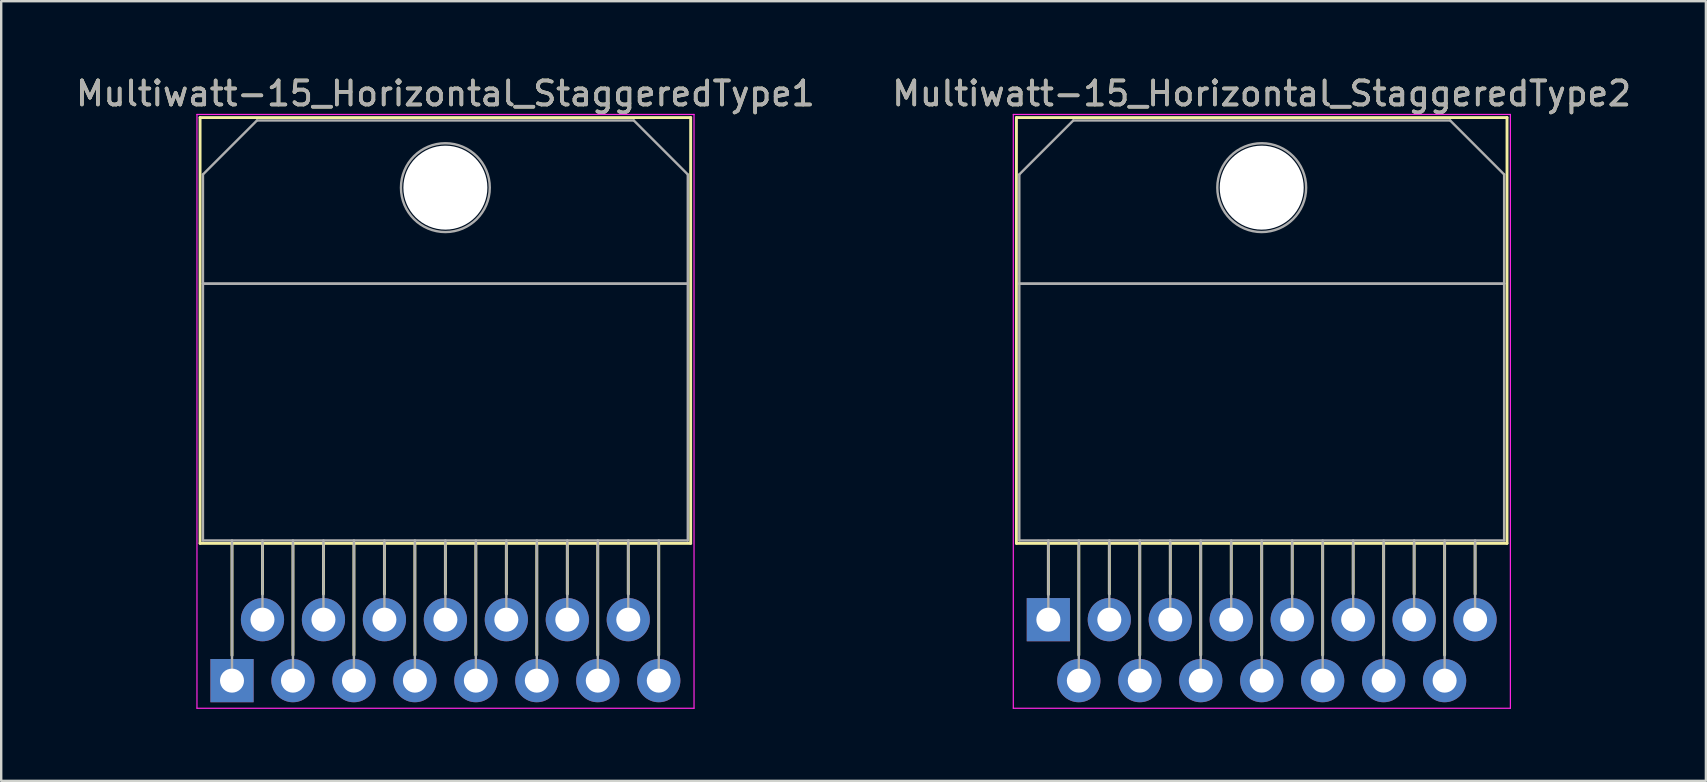
<source format=kicad_pcb>
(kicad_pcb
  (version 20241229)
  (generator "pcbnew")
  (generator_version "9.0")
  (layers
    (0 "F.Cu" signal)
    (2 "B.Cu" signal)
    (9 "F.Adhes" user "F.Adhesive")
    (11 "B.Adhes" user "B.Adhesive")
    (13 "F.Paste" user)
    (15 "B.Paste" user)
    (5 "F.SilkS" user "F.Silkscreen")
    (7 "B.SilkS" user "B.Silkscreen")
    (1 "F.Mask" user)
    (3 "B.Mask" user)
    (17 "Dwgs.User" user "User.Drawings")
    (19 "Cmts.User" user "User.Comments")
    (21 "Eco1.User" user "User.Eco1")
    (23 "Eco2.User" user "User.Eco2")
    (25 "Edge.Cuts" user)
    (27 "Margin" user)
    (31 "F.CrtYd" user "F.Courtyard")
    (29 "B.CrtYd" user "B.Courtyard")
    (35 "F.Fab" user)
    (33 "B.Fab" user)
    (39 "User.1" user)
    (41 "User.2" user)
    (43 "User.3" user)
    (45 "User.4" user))
  (footprint "Multiwatt-15_Horizontal_StaggeredType2"
    (layer "F.Cu")
    (at 40.628 22.768)
    (property "Reference" "Multiwatt-15_Horizontal_StaggeredType2" (at 8.89 -21.92 0) (layer "F.SilkS") (effects (font (size 1 1) (thickness 0.15))))
    (attr through_hole)
    (fp_line (start -1.33 -20.92) (end -1.33 -3.18) (stroke (width 0.12) (type solid)) (layer "F.SilkS"))
    (fp_line (start -1.33 -20.92) (end 19.11 -20.92) (stroke (width 0.12) (type solid)) (layer "F.SilkS"))
    (fp_line (start -1.33 -3.18) (end 19.11 -3.18) (stroke (width 0.12) (type solid)) (layer "F.SilkS"))
    (fp_line (start 0 -3.18) (end 0 -1.05) (stroke (width 0.12) (type solid)) (layer "F.SilkS"))
    (fp_line (start 1.27 -3.18) (end 1.27 1.475) (stroke (width 0.12) (type solid)) (layer "F.SilkS"))
    (fp_line (start 2.54 -3.18) (end 2.54 -1.066) (stroke (width 0.12) (type solid)) (layer "F.SilkS"))
    (fp_line (start 3.81 -3.18) (end 3.81 1.475) (stroke (width 0.12) (type solid)) (layer "F.SilkS"))
    (fp_line (start 5.08 -3.18) (end 5.08 -1.066) (stroke (width 0.12) (type solid)) (layer "F.SilkS"))
    (fp_line (start 6.35 -3.18) (end 6.35 1.475) (stroke (width 0.12) (type solid)) (layer "F.SilkS"))
    (fp_line (start 7.62 -3.18) (end 7.62 -1.066) (stroke (width 0.12) (type solid)) (layer "F.SilkS"))
    (fp_line (start 8.89 -3.18) (end 8.89 1.475) (stroke (width 0.12) (type solid)) (layer "F.SilkS"))
    (fp_line (start 10.16 -3.18) (end 10.16 -1.066) (stroke (width 0.12) (type solid)) (layer "F.SilkS"))
    (fp_line (start 11.43 -3.18) (end 11.43 1.475) (stroke (width 0.12) (type solid)) (layer "F.SilkS"))
    (fp_line (start 12.7 -3.18) (end 12.7 -1.066) (stroke (width 0.12) (type solid)) (layer "F.SilkS"))
    (fp_line (start 13.97 -3.18) (end 13.97 1.475) (stroke (width 0.12) (type solid)) (layer "F.SilkS"))
    (fp_line (start 15.24 -3.18) (end 15.24 -1.066) (stroke (width 0.12) (type solid)) (layer "F.SilkS"))
    (fp_line (start 16.51 -3.18) (end 16.51 1.475) (stroke (width 0.12) (type solid)) (layer "F.SilkS"))
    (fp_line (start 17.78 -3.18) (end 17.78 -1.066) (stroke (width 0.12) (type solid)) (layer "F.SilkS"))
    (fp_line (start 19.11 -20.92) (end 19.11 -3.18) (stroke (width 0.12) (type solid)) (layer "F.SilkS"))
    (fp_line (start -1.46 -21.05) (end -1.46 3.69) (stroke (width 0.05) (type solid)) (layer "F.CrtYd"))
    (fp_line (start -1.46 3.69) (end 19.25 3.69) (stroke (width 0.05) (type solid)) (layer "F.CrtYd"))
    (fp_line (start 19.25 -21.05) (end -1.46 -21.05) (stroke (width 0.05) (type solid)) (layer "F.CrtYd"))
    (fp_line (start 19.25 3.69) (end 19.25 -21.05) (stroke (width 0.05) (type solid)) (layer "F.CrtYd"))
    (fp_line (start -1.21 -18.55) (end 1.041 -20.8) (stroke (width 0.1) (type solid)) (layer "F.Fab"))
    (fp_line (start -1.21 -14) (end -1.21 -18.55) (stroke (width 0.1) (type solid)) (layer "F.Fab"))
    (fp_line (start -1.21 -14) (end 18.99 -14) (stroke (width 0.1) (type solid)) (layer "F.Fab"))
    (fp_line (start -1.21 -3.3) (end -1.21 -14) (stroke (width 0.1) (type solid)) (layer "F.Fab"))
    (fp_line (start 0 -3.3) (end 0 0) (stroke (width 0.1) (type solid)) (layer "F.Fab"))
    (fp_line (start 1.041 -20.8) (end 16.74 -20.8) (stroke (width 0.1) (type solid)) (layer "F.Fab"))
    (fp_line (start 1.27 -3.3) (end 1.27 2.54) (stroke (width 0.1) (type solid)) (layer "F.Fab"))
    (fp_line (start 2.54 -3.3) (end 2.54 0) (stroke (width 0.1) (type solid)) (layer "F.Fab"))
    (fp_line (start 3.81 -3.3) (end 3.81 2.54) (stroke (width 0.1) (type solid)) (layer "F.Fab"))
    (fp_line (start 5.08 -3.3) (end 5.08 0) (stroke (width 0.1) (type solid)) (layer "F.Fab"))
    (fp_line (start 6.35 -3.3) (end 6.35 2.54) (stroke (width 0.1) (type solid)) (layer "F.Fab"))
    (fp_line (start 7.62 -3.3) (end 7.62 0) (stroke (width 0.1) (type solid)) (layer "F.Fab"))
    (fp_line (start 8.89 -3.3) (end 8.89 2.54) (stroke (width 0.1) (type solid)) (layer "F.Fab"))
    (fp_line (start 10.16 -3.3) (end 10.16 0) (stroke (width 0.1) (type solid)) (layer "F.Fab"))
    (fp_line (start 11.43 -3.3) (end 11.43 2.54) (stroke (width 0.1) (type solid)) (layer "F.Fab"))
    (fp_line (start 12.7 -3.3) (end 12.7 0) (stroke (width 0.1) (type solid)) (layer "F.Fab"))
    (fp_line (start 13.97 -3.3) (end 13.97 2.54) (stroke (width 0.1) (type solid)) (layer "F.Fab"))
    (fp_line (start 15.24 -3.3) (end 15.24 0) (stroke (width 0.1) (type solid)) (layer "F.Fab"))
    (fp_line (start 16.51 -3.3) (end 16.51 2.54) (stroke (width 0.1) (type solid)) (layer "F.Fab"))
    (fp_line (start 16.74 -20.8) (end 18.99 -18.55) (stroke (width 0.1) (type solid)) (layer "F.Fab"))
    (fp_line (start 17.78 -3.3) (end 17.78 0) (stroke (width 0.1) (type solid)) (layer "F.Fab"))
    (fp_line (start 18.99 -18.55) (end 18.99 -14) (stroke (width 0.1) (type solid)) (layer "F.Fab"))
    (fp_line (start 18.99 -14) (end -1.21 -14) (stroke (width 0.1) (type solid)) (layer "F.Fab"))
    (fp_line (start 18.99 -14) (end 18.99 -3.3) (stroke (width 0.1) (type solid)) (layer "F.Fab"))
    (fp_line (start 18.99 -3.3) (end -1.21 -3.3) (stroke (width 0.1) (type solid)) (layer "F.Fab"))
    (fp_circle (center 8.89 -18) (end 10.74 -18) (stroke (width 0.1) (type solid)) (fill no) (layer "F.Fab"))
    (fp_text user "${REFERENCE}" (at 8.89 -21.92 0) (layer "F.Fab") (effects (font (size 1 1) (thickness 0.15))))
    (pad "" np_thru_hole oval (at 8.89 -18) (size 3.5 3.5) (drill 3.5) (layers "*.Cu" "*.Mask"))
    (pad "1" thru_hole rect (at 0 0) (size 1.8 1.8) (drill 1) (layers "*.Cu" "*.Mask"))
    (pad "2" thru_hole oval (at 1.27 2.54) (size 1.8 1.8) (drill 1) (layers "*.Cu" "*.Mask"))
    (pad "3" thru_hole oval (at 2.54 0) (size 1.8 1.8) (drill 1) (layers "*.Cu" "*.Mask"))
    (pad "4" thru_hole oval (at 3.81 2.54) (size 1.8 1.8) (drill 1) (layers "*.Cu" "*.Mask"))
    (pad "5" thru_hole oval (at 5.08 0) (size 1.8 1.8) (drill 1) (layers "*.Cu" "*.Mask"))
    (pad "6" thru_hole oval (at 6.35 2.54) (size 1.8 1.8) (drill 1) (layers "*.Cu" "*.Mask"))
    (pad "7" thru_hole oval (at 7.62 0) (size 1.8 1.8) (drill 1) (layers "*.Cu" "*.Mask"))
    (pad "8" thru_hole oval (at 8.89 2.54) (size 1.8 1.8) (drill 1) (layers "*.Cu" "*.Mask"))
    (pad "9" thru_hole oval (at 10.16 0) (size 1.8 1.8) (drill 1) (layers "*.Cu" "*.Mask"))
    (pad "10" thru_hole oval (at 11.43 2.54) (size 1.8 1.8) (drill 1) (layers "*.Cu" "*.Mask"))
    (pad "11" thru_hole oval (at 12.7 0) (size 1.8 1.8) (drill 1) (layers "*.Cu" "*.Mask"))
    (pad "12" thru_hole oval (at 13.97 2.54) (size 1.8 1.8) (drill 1) (layers "*.Cu" "*.Mask"))
    (pad "13" thru_hole oval (at 15.24 0) (size 1.8 1.8) (drill 1) (layers "*.Cu" "*.Mask"))
    (pad "14" thru_hole oval (at 16.51 2.54) (size 1.8 1.8) (drill 1) (layers "*.Cu" "*.Mask"))
    (pad "15" thru_hole oval (at 17.78 0) (size 1.8 1.8) (drill 1) (layers "*.Cu" "*.Mask")))
  (footprint "Multiwatt-15_Horizontal_StaggeredType1"
    (layer "F.Cu")
    (at 6.616 25.308)
    (property "Reference" "Multiwatt-15_Horizontal_StaggeredType1" (at 8.89 -24.46 0) (layer "F.SilkS") (effects (font (size 1 1) (thickness 0.15))))
    (attr through_hole)
    (fp_line (start -1.33 -23.46) (end -1.33 -5.72) (stroke (width 0.12) (type solid)) (layer "F.SilkS"))
    (fp_line (start -1.33 -23.46) (end 19.11 -23.46) (stroke (width 0.12) (type solid)) (layer "F.SilkS"))
    (fp_line (start -1.33 -5.72) (end 19.11 -5.72) (stroke (width 0.12) (type solid)) (layer "F.SilkS"))
    (fp_line (start 0 -5.72) (end 0 -1.05) (stroke (width 0.12) (type solid)) (layer "F.SilkS"))
    (fp_line (start 1.27 -5.72) (end 1.27 -3.606) (stroke (width 0.12) (type solid)) (layer "F.SilkS"))
    (fp_line (start 2.54 -5.72) (end 2.54 -1.065) (stroke (width 0.12) (type solid)) (layer "F.SilkS"))
    (fp_line (start 3.81 -5.72) (end 3.81 -3.606) (stroke (width 0.12) (type solid)) (layer "F.SilkS"))
    (fp_line (start 5.08 -5.72) (end 5.08 -1.065) (stroke (width 0.12) (type solid)) (layer "F.SilkS"))
    (fp_line (start 6.35 -5.72) (end 6.35 -3.606) (stroke (width 0.12) (type solid)) (layer "F.SilkS"))
    (fp_line (start 7.62 -5.72) (end 7.62 -1.065) (stroke (width 0.12) (type solid)) (layer "F.SilkS"))
    (fp_line (start 8.89 -5.72) (end 8.89 -3.606) (stroke (width 0.12) (type solid)) (layer "F.SilkS"))
    (fp_line (start 10.16 -5.72) (end 10.16 -1.065) (stroke (width 0.12) (type solid)) (layer "F.SilkS"))
    (fp_line (start 11.43 -5.72) (end 11.43 -3.606) (stroke (width 0.12) (type solid)) (layer "F.SilkS"))
    (fp_line (start 12.7 -5.72) (end 12.7 -1.065) (stroke (width 0.12) (type solid)) (layer "F.SilkS"))
    (fp_line (start 13.97 -5.72) (end 13.97 -3.606) (stroke (width 0.12) (type solid)) (layer "F.SilkS"))
    (fp_line (start 15.24 -5.72) (end 15.24 -1.065) (stroke (width 0.12) (type solid)) (layer "F.SilkS"))
    (fp_line (start 16.51 -5.72) (end 16.51 -3.606) (stroke (width 0.12) (type solid)) (layer "F.SilkS"))
    (fp_line (start 17.78 -5.72) (end 17.78 -1.065) (stroke (width 0.12) (type solid)) (layer "F.SilkS"))
    (fp_line (start 19.11 -23.46) (end 19.11 -5.72) (stroke (width 0.12) (type solid)) (layer "F.SilkS"))
    (fp_line (start -1.46 -23.59) (end -1.46 1.15) (stroke (width 0.05) (type solid)) (layer "F.CrtYd"))
    (fp_line (start -1.46 1.15) (end 19.25 1.15) (stroke (width 0.05) (type solid)) (layer "F.CrtYd"))
    (fp_line (start 19.25 -23.59) (end -1.46 -23.59) (stroke (width 0.05) (type solid)) (layer "F.CrtYd"))
    (fp_line (start 19.25 1.15) (end 19.25 -23.59) (stroke (width 0.05) (type solid)) (layer "F.CrtYd"))
    (fp_line (start -1.21 -21.09) (end 1.041 -23.34) (stroke (width 0.1) (type solid)) (layer "F.Fab"))
    (fp_line (start -1.21 -16.54) (end -1.21 -21.09) (stroke (width 0.1) (type solid)) (layer "F.Fab"))
    (fp_line (start -1.21 -16.54) (end 18.99 -16.54) (stroke (width 0.1) (type solid)) (layer "F.Fab"))
    (fp_line (start -1.21 -5.84) (end -1.21 -16.54) (stroke (width 0.1) (type solid)) (layer "F.Fab"))
    (fp_line (start 0 -5.84) (end 0 0) (stroke (width 0.1) (type solid)) (layer "F.Fab"))
    (fp_line (start 1.041 -23.34) (end 16.74 -23.34) (stroke (width 0.1) (type solid)) (layer "F.Fab"))
    (fp_line (start 1.27 -5.84) (end 1.27 -2.54) (stroke (width 0.1) (type solid)) (layer "F.Fab"))
    (fp_line (start 2.54 -5.84) (end 2.54 0) (stroke (width 0.1) (type solid)) (layer "F.Fab"))
    (fp_line (start 3.81 -5.84) (end 3.81 -2.54) (stroke (width 0.1) (type solid)) (layer "F.Fab"))
    (fp_line (start 5.08 -5.84) (end 5.08 0) (stroke (width 0.1) (type solid)) (layer "F.Fab"))
    (fp_line (start 6.35 -5.84) (end 6.35 -2.54) (stroke (width 0.1) (type solid)) (layer "F.Fab"))
    (fp_line (start 7.62 -5.84) (end 7.62 0) (stroke (width 0.1) (type solid)) (layer "F.Fab"))
    (fp_line (start 8.89 -5.84) (end 8.89 -2.54) (stroke (width 0.1) (type solid)) (layer "F.Fab"))
    (fp_line (start 10.16 -5.84) (end 10.16 0) (stroke (width 0.1) (type solid)) (layer "F.Fab"))
    (fp_line (start 11.43 -5.84) (end 11.43 -2.54) (stroke (width 0.1) (type solid)) (layer "F.Fab"))
    (fp_line (start 12.7 -5.84) (end 12.7 0) (stroke (width 0.1) (type solid)) (layer "F.Fab"))
    (fp_line (start 13.97 -5.84) (end 13.97 -2.54) (stroke (width 0.1) (type solid)) (layer "F.Fab"))
    (fp_line (start 15.24 -5.84) (end 15.24 0) (stroke (width 0.1) (type solid)) (layer "F.Fab"))
    (fp_line (start 16.51 -5.84) (end 16.51 -2.54) (stroke (width 0.1) (type solid)) (layer "F.Fab"))
    (fp_line (start 16.74 -23.34) (end 18.99 -21.09) (stroke (width 0.1) (type solid)) (layer "F.Fab"))
    (fp_line (start 17.78 -5.84) (end 17.78 0) (stroke (width 0.1) (type solid)) (layer "F.Fab"))
    (fp_line (start 18.99 -21.09) (end 18.99 -16.54) (stroke (width 0.1) (type solid)) (layer "F.Fab"))
    (fp_line (start 18.99 -16.54) (end -1.21 -16.54) (stroke (width 0.1) (type solid)) (layer "F.Fab"))
    (fp_line (start 18.99 -16.54) (end 18.99 -5.84) (stroke (width 0.1) (type solid)) (layer "F.Fab"))
    (fp_line (start 18.99 -5.84) (end -1.21 -5.84) (stroke (width 0.1) (type solid)) (layer "F.Fab"))
    (fp_circle (center 8.89 -20.54) (end 10.74 -20.54) (stroke (width 0.1) (type solid)) (fill no) (layer "F.Fab"))
    (fp_text user "${REFERENCE}" (at 8.89 -24.46 0) (layer "F.Fab") (effects (font (size 1 1) (thickness 0.15))))
    (pad "" np_thru_hole oval (at 8.89 -20.54) (size 3.5 3.5) (drill 3.5) (layers "*.Cu" "*.Mask"))
    (pad "1" thru_hole rect (at 0 0) (size 1.8 1.8) (drill 1) (layers "*.Cu" "*.Mask"))
    (pad "2" thru_hole oval (at 1.27 -2.54) (size 1.8 1.8) (drill 1) (layers "*.Cu" "*.Mask"))
    (pad "3" thru_hole oval (at 2.54 0) (size 1.8 1.8) (drill 1) (layers "*.Cu" "*.Mask"))
    (pad "4" thru_hole oval (at 3.81 -2.54) (size 1.8 1.8) (drill 1) (layers "*.Cu" "*.Mask"))
    (pad "5" thru_hole oval (at 5.08 0) (size 1.8 1.8) (drill 1) (layers "*.Cu" "*.Mask"))
    (pad "6" thru_hole oval (at 6.35 -2.54) (size 1.8 1.8) (drill 1) (layers "*.Cu" "*.Mask"))
    (pad "7" thru_hole oval (at 7.62 0) (size 1.8 1.8) (drill 1) (layers "*.Cu" "*.Mask"))
    (pad "8" thru_hole oval (at 8.89 -2.54) (size 1.8 1.8) (drill 1) (layers "*.Cu" "*.Mask"))
    (pad "9" thru_hole oval (at 10.16 0) (size 1.8 1.8) (drill 1) (layers "*.Cu" "*.Mask"))
    (pad "10" thru_hole oval (at 11.43 -2.54) (size 1.8 1.8) (drill 1) (layers "*.Cu" "*.Mask"))
    (pad "11" thru_hole oval (at 12.7 0) (size 1.8 1.8) (drill 1) (layers "*.Cu" "*.Mask"))
    (pad "12" thru_hole oval (at 13.97 -2.54) (size 1.8 1.8) (drill 1) (layers "*.Cu" "*.Mask"))
    (pad "13" thru_hole oval (at 15.24 0) (size 1.8 1.8) (drill 1) (layers "*.Cu" "*.Mask"))
    (pad "14" thru_hole oval (at 16.51 -2.54) (size 1.8 1.8) (drill 1) (layers "*.Cu" "*.Mask"))
    (pad "15" thru_hole oval (at 17.78 0) (size 1.8 1.8) (drill 1) (layers "*.Cu" "*.Mask")))
  (gr_rect
    (start -3 -3)
    (end 68.024 29.483)
    (stroke (width 0.1) (type default))
    (fill no)
    (layer "Edge.Cuts")))
</source>
